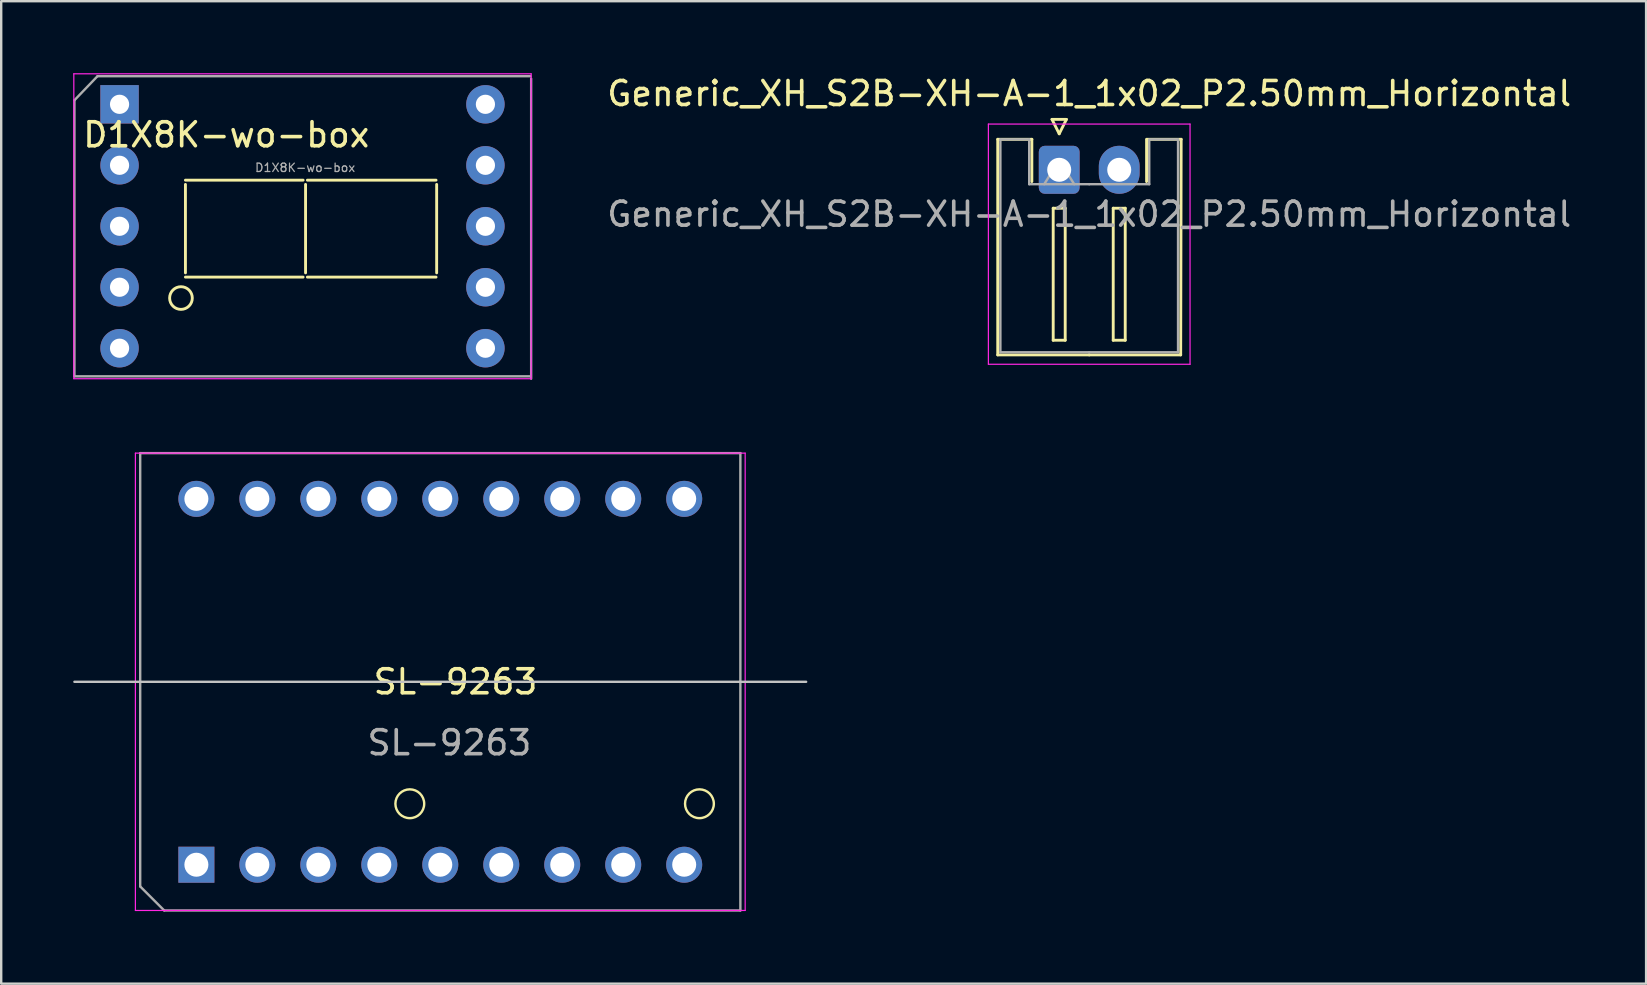
<source format=kicad_pcb>
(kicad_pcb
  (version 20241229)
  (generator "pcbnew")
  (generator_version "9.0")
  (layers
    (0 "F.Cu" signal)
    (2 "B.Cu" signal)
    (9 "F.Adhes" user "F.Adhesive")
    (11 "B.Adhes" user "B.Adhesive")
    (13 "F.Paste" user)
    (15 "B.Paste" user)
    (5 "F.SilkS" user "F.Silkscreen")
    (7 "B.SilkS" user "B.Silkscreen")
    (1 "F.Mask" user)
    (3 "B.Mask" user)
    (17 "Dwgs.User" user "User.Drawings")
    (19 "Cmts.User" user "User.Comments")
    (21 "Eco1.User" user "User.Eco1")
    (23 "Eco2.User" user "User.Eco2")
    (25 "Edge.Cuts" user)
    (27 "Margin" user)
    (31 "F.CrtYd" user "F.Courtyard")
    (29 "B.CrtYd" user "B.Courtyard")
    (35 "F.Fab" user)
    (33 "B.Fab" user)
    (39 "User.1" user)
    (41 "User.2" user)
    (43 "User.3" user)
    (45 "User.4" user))
  (footprint "D1X8K-wo-box"
    (layer "F.Cu")
    (at 1.93 1.295)
    (property "Reference" "D1X8K-wo-box" (at 4.445 1.27 0) (layer "F.SilkS") (effects (font (size 1 1) (thickness 0.15))))
    (attr through_hole)
    (fp_line (start 2.744 3.337) (end 2.744 7.02) (stroke (width 0.12) (type solid)) (layer "F.SilkS"))
    (fp_line (start 7.646 3.159) (end 2.744 3.159) (stroke (width 0.12) (type solid)) (layer "F.SilkS"))
    (fp_line (start 7.646 7.198) (end 2.744 7.198) (stroke (width 0.12) (type solid)) (layer "F.SilkS"))
    (fp_line (start 7.748 3.337) (end 7.748 7.02) (stroke (width 0.12) (type solid)) (layer "F.SilkS"))
    (fp_line (start 13.183 3.159) (end 7.824 3.159) (stroke (width 0.12) (type solid)) (layer "F.SilkS"))
    (fp_line (start 13.183 7.198) (end 7.824 7.198) (stroke (width 0.12) (type solid)) (layer "F.SilkS"))
    (fp_line (start 13.209 3.337) (end 13.209 7.02) (stroke (width 0.12) (type solid)) (layer "F.SilkS"))
    (fp_circle (center 2.558 8.07) (end 2.837 7.689) (stroke (width 0.12) (type solid)) (fill no) (layer "F.SilkS"))
    (fp_line (start -1.905 -1.27) (end -1.905 11.43) (stroke (width 0.05) (type solid)) (layer "F.CrtYd"))
    (fp_line (start 17.145 -1.27) (end -1.905 -1.27) (stroke (width 0.05) (type solid)) (layer "F.CrtYd"))
    (fp_line (start 17.145 -1.27) (end 17.145 11.43) (stroke (width 0.05) (type solid)) (layer "F.CrtYd"))
    (fp_line (start 17.145 11.43) (end -1.905 11.43) (stroke (width 0.05) (type solid)) (layer "F.CrtYd"))
    (fp_line (start -1.88 -0.17) (end -1.88 11.33) (stroke (width 0.1) (type solid)) (layer "F.Fab"))
    (fp_line (start -0.92 -1.17) (end -1.88 -0.17) (stroke (width 0.1) (type solid)) (layer "F.Fab"))
    (fp_line (start 17.12 -1.17) (end -0.92 -1.17) (stroke (width 0.1) (type solid)) (layer "F.Fab"))
    (fp_line (start 17.12 11.33) (end -1.88 11.33) (stroke (width 0.1) (type solid)) (layer "F.Fab"))
    (fp_line (start 17.145 -1.07) (end 17.145 11.43) (stroke (width 0.1) (type solid)) (layer "F.Fab"))
    (fp_text user "${REFERENCE}" (at 7.73 2.64 0) (layer "F.Fab") (effects (font (size 0.35 0.35) (thickness 0.052))))
    (pad "1" thru_hole rect (at 0 0 270) (size 1.6 1.6) (drill 0.8) (layers "*.Cu" "*.Mask"))
    (pad "2" thru_hole circle (at 0 2.54 270) (size 1.6 1.6) (drill 0.8) (layers "*.Cu" "*.Mask"))
    (pad "3" thru_hole circle (at 0 5.08 270) (size 1.6 1.6) (drill 0.8) (layers "*.Cu" "*.Mask"))
    (pad "4" thru_hole circle (at 0 7.62 270) (size 1.6 1.6) (drill 0.8) (layers "*.Cu" "*.Mask"))
    (pad "5" thru_hole circle (at 0 10.16 270) (size 1.6 1.6) (drill 0.8) (layers "*.Cu" "*.Mask"))
    (pad "6" thru_hole circle (at 15.24 10.16 270) (size 1.6 1.6) (drill 0.8) (layers "*.Cu" "*.Mask"))
    (pad "7" thru_hole circle (at 15.24 7.62 270) (size 1.6 1.6) (drill 0.8) (layers "*.Cu" "*.Mask"))
    (pad "8" thru_hole circle (at 15.24 5.08 270) (size 1.6 1.6) (drill 0.8) (layers "*.Cu" "*.Mask"))
    (pad "9" thru_hole circle (at 15.24 2.54 270) (size 1.6 1.6) (drill 0.8) (layers "*.Cu" "*.Mask"))
    (pad "10" thru_hole circle (at 15.24 0 270) (size 1.6 1.6) (drill 0.8) (layers "*.Cu" "*.Mask")))
  (footprint "Generic_XH_S2B-XH-A-1_1x02_P2.50mm_Horizontal"
    (layer "F.Cu")
    (at 41.071 4.023)
    (property "Reference" "Generic_XH_S2B-XH-A-1_1x02_P2.50mm_Horizontal" (at 1.25 -3.175 0) (layer "F.SilkS") (effects (font (size 1 1) (thickness 0.15))))
    (attr through_hole)
    (fp_line (start -2.56 -1.27) (end -1.14 -1.27) (stroke (width 0.12) (type solid)) (layer "F.SilkS"))
    (fp_line (start -2.56 7.71) (end -2.56 -1.27) (stroke (width 0.12) (type solid)) (layer "F.SilkS"))
    (fp_line (start -1.14 -1.27) (end -1.14 0.49) (stroke (width 0.12) (type solid)) (layer "F.SilkS"))
    (fp_line (start -0.3 -2.1) (end 0.3 -2.1) (stroke (width 0.12) (type solid)) (layer "F.SilkS"))
    (fp_line (start -0.25 1.6) (end -0.25 7.1) (stroke (width 0.12) (type solid)) (layer "F.SilkS"))
    (fp_line (start -0.25 7.1) (end 0.25 7.1) (stroke (width 0.12) (type solid)) (layer "F.SilkS"))
    (fp_line (start 0 -1.5) (end -0.3 -2.1) (stroke (width 0.12) (type solid)) (layer "F.SilkS"))
    (fp_line (start 0.25 1.6) (end -0.25 1.6) (stroke (width 0.12) (type solid)) (layer "F.SilkS"))
    (fp_line (start 0.25 7.1) (end 0.25 1.6) (stroke (width 0.12) (type solid)) (layer "F.SilkS"))
    (fp_line (start 0.3 -2.1) (end 0 -1.5) (stroke (width 0.12) (type solid)) (layer "F.SilkS"))
    (fp_line (start 1.25 7.71) (end -2.56 7.71) (stroke (width 0.12) (type solid)) (layer "F.SilkS"))
    (fp_line (start 1.25 7.71) (end 5.06 7.71) (stroke (width 0.12) (type solid)) (layer "F.SilkS"))
    (fp_line (start 2.25 1.6) (end 2.25 7.1) (stroke (width 0.12) (type solid)) (layer "F.SilkS"))
    (fp_line (start 2.25 7.1) (end 2.75 7.1) (stroke (width 0.12) (type solid)) (layer "F.SilkS"))
    (fp_line (start 2.75 1.6) (end 2.25 1.6) (stroke (width 0.12) (type solid)) (layer "F.SilkS"))
    (fp_line (start 2.75 7.1) (end 2.75 1.6) (stroke (width 0.12) (type solid)) (layer "F.SilkS"))
    (fp_line (start 3.64 -1.27) (end 3.64 0.49) (stroke (width 0.12) (type solid)) (layer "F.SilkS"))
    (fp_line (start 5.06 7.71) (end 5.08 -1.27) (stroke (width 0.12) (type solid)) (layer "F.SilkS"))
    (fp_line (start 5.08 -1.27) (end 3.66 -1.27) (stroke (width 0.12) (type solid)) (layer "F.SilkS"))
    (fp_line (start -2.95 -1.905) (end -2.95 8.1) (stroke (width 0.05) (type solid)) (layer "F.CrtYd"))
    (fp_line (start -2.95 8.1) (end 5.45 8.1) (stroke (width 0.05) (type solid)) (layer "F.CrtYd"))
    (fp_line (start 5.45 -1.905) (end -2.95 -1.905) (stroke (width 0.05) (type solid)) (layer "F.CrtYd"))
    (fp_line (start 5.45 8.1) (end 5.45 -1.905) (stroke (width 0.05) (type solid)) (layer "F.CrtYd"))
    (fp_line (start -2.45 -1.27) (end -1.25 -1.27) (stroke (width 0.1) (type solid)) (layer "F.Fab"))
    (fp_line (start -2.45 7.6) (end -2.45 -1.27) (stroke (width 0.1) (type solid)) (layer "F.Fab"))
    (fp_line (start -1.25 -1.27) (end -1.25 0.6) (stroke (width 0.1) (type solid)) (layer "F.Fab"))
    (fp_line (start -1.25 0.6) (end 1.25 0.6) (stroke (width 0.1) (type solid)) (layer "F.Fab"))
    (fp_line (start -0.625 0.6) (end 0 -0.4) (stroke (width 0.1) (type solid)) (layer "F.Fab"))
    (fp_line (start 0 -0.4) (end 0.625 0.6) (stroke (width 0.1) (type solid)) (layer "F.Fab"))
    (fp_line (start 1.25 7.6) (end -2.45 7.6) (stroke (width 0.1) (type solid)) (layer "F.Fab"))
    (fp_line (start 1.25 7.6) (end 4.95 7.6) (stroke (width 0.1) (type solid)) (layer "F.Fab"))
    (fp_line (start 3.75 -1.27) (end 3.75 0.6) (stroke (width 0.1) (type solid)) (layer "F.Fab"))
    (fp_line (start 3.75 0.6) (end 1.25 0.6) (stroke (width 0.1) (type solid)) (layer "F.Fab"))
    (fp_line (start 4.95 -1.27) (end 3.81 -1.27) (stroke (width 0.1) (type solid)) (layer "F.Fab"))
    (fp_line (start 4.95 7.6) (end 4.95 -1.27) (stroke (width 0.1) (type solid)) (layer "F.Fab"))
    (fp_text user "${REFERENCE}" (at 1.25 1.85 0) (layer "F.Fab") (effects (font (size 1 1) (thickness 0.15))))
    (pad "1" thru_hole roundrect (at 0 0) (size 1.7 2) (drill 1) (layers "*.Cu" "*.Mask") (roundrect_rratio 0.147))
    (pad "2" thru_hole oval (at 2.5 0) (size 1.7 2) (drill 1) (layers "*.Cu" "*.Mask")))
  (footprint "SL-9263"
    (layer "F.Cu")
    (at 5.13 32.97)
    (property "Reference" "SL-9263" (at 10.795 -7.62 0) (layer "F.SilkS") (effects (font (size 1 1) (thickness 0.15))))
    (attr through_hole)
    (fp_circle (center 8.89 -2.54) (end 8.89 -3.14) (stroke (width 0.1) (type default)) (fill no) (layer "F.SilkS"))
    (fp_circle (center 20.955 -2.54) (end 20.955 -3.14) (stroke (width 0.1) (type default)) (fill no) (layer "F.SilkS"))
    (fp_line (start -5.08 -7.62) (end 25.4 -7.62) (stroke (width 0.1) (type default)) (layer "Dwgs.User"))
    (fp_line (start -2.54 -17.145) (end 22.86 -17.145) (stroke (width 0.05) (type solid)) (layer "F.CrtYd"))
    (fp_line (start -2.54 1.905) (end -2.54 -17.145) (stroke (width 0.05) (type solid)) (layer "F.CrtYd"))
    (fp_line (start 22.86 -17.145) (end 22.86 1.905) (stroke (width 0.05) (type solid)) (layer "F.CrtYd"))
    (fp_line (start 22.86 1.905) (end -2.54 1.905) (stroke (width 0.05) (type solid)) (layer "F.CrtYd"))
    (fp_line (start -2.34 -17.145) (end 22.66 -17.145) (stroke (width 0.1) (type solid)) (layer "F.Fab"))
    (fp_line (start -2.34 0.905) (end -2.34 -17.145) (stroke (width 0.1) (type solid)) (layer "F.Fab"))
    (fp_line (start -1.34 1.905) (end -2.34 0.905) (stroke (width 0.1) (type solid)) (layer "F.Fab"))
    (fp_line (start 22.66 -17.145) (end 22.66 1.905) (stroke (width 0.1) (type solid)) (layer "F.Fab"))
    (fp_line (start 22.66 1.905) (end -1.34 1.905) (stroke (width 0.1) (type solid)) (layer "F.Fab"))
    (fp_text user "${REFERENCE}" (at 10.54 -5.08 0) (layer "F.Fab") (effects (font (size 1 1) (thickness 0.15))))
    (pad "1" thru_hole rect (at 0 0 90) (size 1.5 1.5) (drill 1) (layers "*.Cu" "*.Mask"))
    (pad "2" thru_hole circle (at 2.54 0 90) (size 1.5 1.5) (drill 1) (layers "*.Cu" "*.Mask"))
    (pad "3" thru_hole circle (at 5.08 0 90) (size 1.5 1.5) (drill 1) (layers "*.Cu" "*.Mask"))
    (pad "4" thru_hole circle (at 7.62 0 90) (size 1.5 1.5) (drill 1) (layers "*.Cu" "*.Mask"))
    (pad "5" thru_hole circle (at 10.16 0 90) (size 1.5 1.5) (drill 1) (layers "*.Cu" "*.Mask"))
    (pad "6" thru_hole circle (at 12.7 0 90) (size 1.5 1.5) (drill 1) (layers "*.Cu" "*.Mask"))
    (pad "7" thru_hole circle (at 15.24 0 90) (size 1.5 1.5) (drill 1) (layers "*.Cu" "*.Mask"))
    (pad "8" thru_hole circle (at 17.78 0 90) (size 1.5 1.5) (drill 1) (layers "*.Cu" "*.Mask"))
    (pad "9" thru_hole circle (at 20.32 0 90) (size 1.5 1.5) (drill 1) (layers "*.Cu" "*.Mask"))
    (pad "10" thru_hole circle (at 20.32 -15.24 90) (size 1.5 1.5) (drill 1) (layers "*.Cu" "*.Mask"))
    (pad "11" thru_hole circle (at 17.78 -15.24 90) (size 1.5 1.5) (drill 1) (layers "*.Cu" "*.Mask"))
    (pad "12" thru_hole circle (at 15.24 -15.24 90) (size 1.5 1.5) (drill 1) (layers "*.Cu" "*.Mask"))
    (pad "13" thru_hole circle (at 12.7 -15.24 90) (size 1.5 1.5) (drill 1) (layers "*.Cu" "*.Mask"))
    (pad "14" thru_hole circle (at 10.16 -15.24 90) (size 1.5 1.5) (drill 1) (layers "*.Cu" "*.Mask"))
    (pad "15" thru_hole circle (at 7.62 -15.24 90) (size 1.5 1.5) (drill 1) (layers "*.Cu" "*.Mask"))
    (pad "16" thru_hole circle (at 5.08 -15.24 90) (size 1.5 1.5) (drill 1) (layers "*.Cu" "*.Mask"))
    (pad "17" thru_hole circle (at 2.54 -15.24 90) (size 1.5 1.5) (drill 1) (layers "*.Cu" "*.Mask"))
    (pad "18" thru_hole circle (at 0 -15.24 90) (size 1.5 1.5) (drill 1) (layers "*.Cu" "*.Mask")))
  (gr_rect
    (start -3 -3)
    (end 65.518 37.925)
    (stroke (width 0.1) (type default))
    (fill no)
    (layer "Edge.Cuts")))
</source>
